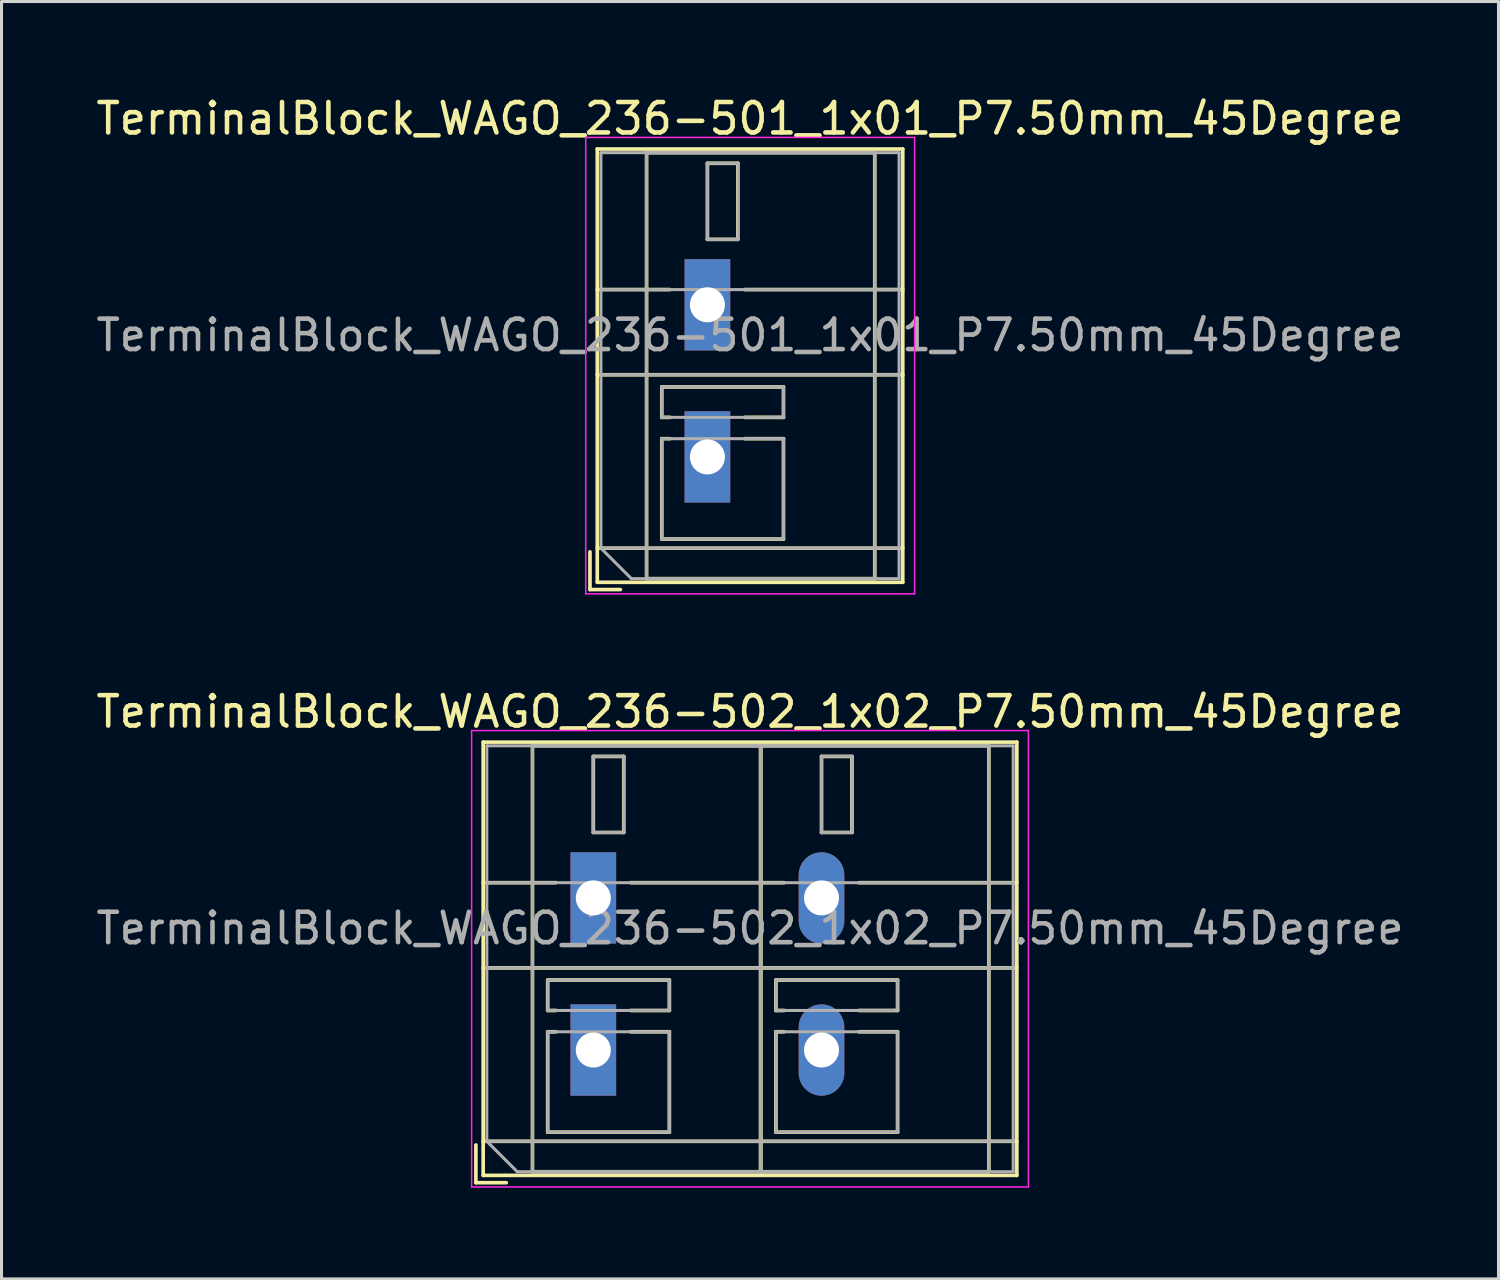
<source format=kicad_pcb>
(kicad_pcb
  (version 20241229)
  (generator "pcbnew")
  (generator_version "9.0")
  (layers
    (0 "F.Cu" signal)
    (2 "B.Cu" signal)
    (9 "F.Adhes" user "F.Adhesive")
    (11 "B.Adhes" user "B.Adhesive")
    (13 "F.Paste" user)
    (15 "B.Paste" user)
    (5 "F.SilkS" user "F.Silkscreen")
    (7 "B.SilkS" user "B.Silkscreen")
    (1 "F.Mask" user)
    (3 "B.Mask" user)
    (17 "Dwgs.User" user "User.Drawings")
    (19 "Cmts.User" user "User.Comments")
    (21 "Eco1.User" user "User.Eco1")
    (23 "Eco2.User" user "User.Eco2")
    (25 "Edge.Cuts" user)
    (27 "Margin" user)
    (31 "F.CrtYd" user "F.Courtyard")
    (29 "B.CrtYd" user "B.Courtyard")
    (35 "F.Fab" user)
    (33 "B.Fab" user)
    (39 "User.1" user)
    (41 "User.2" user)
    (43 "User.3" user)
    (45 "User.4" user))
  (footprint "TerminalBlock_WAGO_236-502_1x02_P7.50mm_45Degree"
    (layer "F.Cu")
    (at 16.451 26.462)
    (property "Reference" "TerminalBlock_WAGO_236-502_1x02_P7.50mm_45Degree" (at 5.15 -6.12 0) (layer "F.SilkS") (effects (font (size 1 1) (thickness 0.15))))
    (attr through_hole)
    (fp_line (start -3.86 8.12) (end -3.86 9.36) (stroke (width 0.12) (type solid)) (layer "F.SilkS"))
    (fp_line (start -3.86 9.36) (end -2.86 9.36) (stroke (width 0.12) (type solid)) (layer "F.SilkS"))
    (fp_line (start -3.62 -5.12) (end -3.62 9.12) (stroke (width 0.12) (type solid)) (layer "F.SilkS"))
    (fp_line (start -3.62 -5.12) (end 13.92 -5.12) (stroke (width 0.12) (type solid)) (layer "F.SilkS"))
    (fp_line (start -3.62 -0.5) (end -1.23 -0.5) (stroke (width 0.12) (type solid)) (layer "F.SilkS"))
    (fp_line (start -3.62 2.3) (end 13.92 2.3) (stroke (width 0.12) (type solid)) (layer "F.SilkS"))
    (fp_line (start -3.62 8) (end 13.92 8) (stroke (width 0.12) (type solid)) (layer "F.SilkS"))
    (fp_line (start -3.62 9.12) (end 13.92 9.12) (stroke (width 0.12) (type solid)) (layer "F.SilkS"))
    (fp_line (start -2 -5) (end -2 9) (stroke (width 0.12) (type solid)) (layer "F.SilkS"))
    (fp_line (start -2 -5) (end 5.5 -5) (stroke (width 0.12) (type solid)) (layer "F.SilkS"))
    (fp_line (start -2 9) (end 5.5 9) (stroke (width 0.12) (type solid)) (layer "F.SilkS"))
    (fp_line (start -1.5 2.7) (end -1.5 3.7) (stroke (width 0.12) (type solid)) (layer "F.SilkS"))
    (fp_line (start -1.5 2.7) (end 2.5 2.7) (stroke (width 0.12) (type solid)) (layer "F.SilkS"))
    (fp_line (start -1.5 3.7) (end -1.23 3.7) (stroke (width 0.12) (type solid)) (layer "F.SilkS"))
    (fp_line (start -1.5 4.4) (end -1.5 7.7) (stroke (width 0.12) (type solid)) (layer "F.SilkS"))
    (fp_line (start -1.5 4.4) (end -1.23 4.4) (stroke (width 0.12) (type solid)) (layer "F.SilkS"))
    (fp_line (start -1.5 7.7) (end 2.5 7.7) (stroke (width 0.12) (type solid)) (layer "F.SilkS"))
    (fp_line (start 0 -4.65) (end 0 -2.151) (stroke (width 0.12) (type solid)) (layer "F.SilkS"))
    (fp_line (start 0 -4.65) (end 1 -4.65) (stroke (width 0.12) (type solid)) (layer "F.SilkS"))
    (fp_line (start 0 -2.151) (end 1 -2.151) (stroke (width 0.12) (type solid)) (layer "F.SilkS"))
    (fp_line (start 1 -4.65) (end 1 -2.151) (stroke (width 0.12) (type solid)) (layer "F.SilkS"))
    (fp_line (start 1.23 -0.5) (end 6.27 -0.5) (stroke (width 0.12) (type solid)) (layer "F.SilkS"))
    (fp_line (start 1.23 3.7) (end 2.5 3.7) (stroke (width 0.12) (type solid)) (layer "F.SilkS"))
    (fp_line (start 1.23 4.4) (end 2.5 4.4) (stroke (width 0.12) (type solid)) (layer "F.SilkS"))
    (fp_line (start 2.5 2.7) (end 2.5 3.7) (stroke (width 0.12) (type solid)) (layer "F.SilkS"))
    (fp_line (start 2.5 4.4) (end 2.5 7.7) (stroke (width 0.12) (type solid)) (layer "F.SilkS"))
    (fp_line (start 5.5 -5) (end 5.5 9) (stroke (width 0.12) (type solid)) (layer "F.SilkS"))
    (fp_line (start 5.5 -5) (end 5.5 9) (stroke (width 0.12) (type solid)) (layer "F.SilkS"))
    (fp_line (start 5.5 -5) (end 13 -5) (stroke (width 0.12) (type solid)) (layer "F.SilkS"))
    (fp_line (start 5.5 9) (end 13 9) (stroke (width 0.12) (type solid)) (layer "F.SilkS"))
    (fp_line (start 6 2.7) (end 6 3.7) (stroke (width 0.12) (type solid)) (layer "F.SilkS"))
    (fp_line (start 6 2.7) (end 10 2.7) (stroke (width 0.12) (type solid)) (layer "F.SilkS"))
    (fp_line (start 6 3.7) (end 6.27 3.7) (stroke (width 0.12) (type solid)) (layer "F.SilkS"))
    (fp_line (start 6 4.4) (end 6 7.7) (stroke (width 0.12) (type solid)) (layer "F.SilkS"))
    (fp_line (start 6 4.4) (end 6.27 4.4) (stroke (width 0.12) (type solid)) (layer "F.SilkS"))
    (fp_line (start 6 7.7) (end 10 7.7) (stroke (width 0.12) (type solid)) (layer "F.SilkS"))
    (fp_line (start 7.5 -4.65) (end 7.5 -2.151) (stroke (width 0.12) (type solid)) (layer "F.SilkS"))
    (fp_line (start 7.5 -4.65) (end 8.5 -4.65) (stroke (width 0.12) (type solid)) (layer "F.SilkS"))
    (fp_line (start 7.5 -2.151) (end 8.5 -2.151) (stroke (width 0.12) (type solid)) (layer "F.SilkS"))
    (fp_line (start 8.5 -4.65) (end 8.5 -2.151) (stroke (width 0.12) (type solid)) (layer "F.SilkS"))
    (fp_line (start 8.73 -0.5) (end 13.92 -0.5) (stroke (width 0.12) (type solid)) (layer "F.SilkS"))
    (fp_line (start 8.73 3.7) (end 10 3.7) (stroke (width 0.12) (type solid)) (layer "F.SilkS"))
    (fp_line (start 8.73 4.4) (end 10 4.4) (stroke (width 0.12) (type solid)) (layer "F.SilkS"))
    (fp_line (start 10 2.7) (end 10 3.7) (stroke (width 0.12) (type solid)) (layer "F.SilkS"))
    (fp_line (start 10 4.4) (end 10 7.7) (stroke (width 0.12) (type solid)) (layer "F.SilkS"))
    (fp_line (start 13 -5) (end 13 9) (stroke (width 0.12) (type solid)) (layer "F.SilkS"))
    (fp_line (start 13.92 -5.12) (end 13.92 9.12) (stroke (width 0.12) (type solid)) (layer "F.SilkS"))
    (fp_line (start -4 -5.5) (end -4 9.5) (stroke (width 0.05) (type solid)) (layer "F.CrtYd"))
    (fp_line (start -4 9.5) (end 14.3 9.5) (stroke (width 0.05) (type solid)) (layer "F.CrtYd"))
    (fp_line (start 14.3 -5.5) (end -4 -5.5) (stroke (width 0.05) (type solid)) (layer "F.CrtYd"))
    (fp_line (start 14.3 9.5) (end 14.3 -5.5) (stroke (width 0.05) (type solid)) (layer "F.CrtYd"))
    (fp_line (start -3.5 -5) (end 13.8 -5) (stroke (width 0.1) (type solid)) (layer "F.Fab"))
    (fp_line (start -3.5 -0.5) (end 13.8 -0.5) (stroke (width 0.1) (type solid)) (layer "F.Fab"))
    (fp_line (start -3.5 2.3) (end 13.8 2.3) (stroke (width 0.1) (type solid)) (layer "F.Fab"))
    (fp_line (start -3.5 8) (end -3.5 -5) (stroke (width 0.1) (type solid)) (layer "F.Fab"))
    (fp_line (start -3.5 8) (end 13.8 8) (stroke (width 0.1) (type solid)) (layer "F.Fab"))
    (fp_line (start -2.5 9) (end -3.5 8) (stroke (width 0.1) (type solid)) (layer "F.Fab"))
    (fp_line (start -2 -5) (end -2 9) (stroke (width 0.1) (type solid)) (layer "F.Fab"))
    (fp_line (start -2 9) (end 5.5 9) (stroke (width 0.1) (type solid)) (layer "F.Fab"))
    (fp_line (start -1.5 2.7) (end -1.5 3.7) (stroke (width 0.1) (type solid)) (layer "F.Fab"))
    (fp_line (start -1.5 3.7) (end 2.5 3.7) (stroke (width 0.1) (type solid)) (layer "F.Fab"))
    (fp_line (start -1.5 4.4) (end -1.5 7.7) (stroke (width 0.1) (type solid)) (layer "F.Fab"))
    (fp_line (start -1.5 7.7) (end 2.5 7.7) (stroke (width 0.1) (type solid)) (layer "F.Fab"))
    (fp_line (start 0 -4.65) (end 0 -2.15) (stroke (width 0.1) (type solid)) (layer "F.Fab"))
    (fp_line (start 0 -2.15) (end 1 -2.15) (stroke (width 0.1) (type solid)) (layer "F.Fab"))
    (fp_line (start 1 -4.65) (end 0 -4.65) (stroke (width 0.1) (type solid)) (layer "F.Fab"))
    (fp_line (start 1 -2.15) (end 1 -4.65) (stroke (width 0.1) (type solid)) (layer "F.Fab"))
    (fp_line (start 2.5 2.7) (end -1.5 2.7) (stroke (width 0.1) (type solid)) (layer "F.Fab"))
    (fp_line (start 2.5 3.7) (end 2.5 2.7) (stroke (width 0.1) (type solid)) (layer "F.Fab"))
    (fp_line (start 2.5 4.4) (end -1.5 4.4) (stroke (width 0.1) (type solid)) (layer "F.Fab"))
    (fp_line (start 2.5 7.7) (end 2.5 4.4) (stroke (width 0.1) (type solid)) (layer "F.Fab"))
    (fp_line (start 5.5 -5) (end -2 -5) (stroke (width 0.1) (type solid)) (layer "F.Fab"))
    (fp_line (start 5.5 -5) (end 5.5 9) (stroke (width 0.1) (type solid)) (layer "F.Fab"))
    (fp_line (start 5.5 9) (end 5.5 -5) (stroke (width 0.1) (type solid)) (layer "F.Fab"))
    (fp_line (start 5.5 9) (end 13 9) (stroke (width 0.1) (type solid)) (layer "F.Fab"))
    (fp_line (start 6 2.7) (end 6 3.7) (stroke (width 0.1) (type solid)) (layer "F.Fab"))
    (fp_line (start 6 3.7) (end 10 3.7) (stroke (width 0.1) (type solid)) (layer "F.Fab"))
    (fp_line (start 6 4.4) (end 6 7.7) (stroke (width 0.1) (type solid)) (layer "F.Fab"))
    (fp_line (start 6 7.7) (end 10 7.7) (stroke (width 0.1) (type solid)) (layer "F.Fab"))
    (fp_line (start 7.5 -4.65) (end 7.5 -2.15) (stroke (width 0.1) (type solid)) (layer "F.Fab"))
    (fp_line (start 7.5 -2.15) (end 8.5 -2.15) (stroke (width 0.1) (type solid)) (layer "F.Fab"))
    (fp_line (start 8.5 -4.65) (end 7.5 -4.65) (stroke (width 0.1) (type solid)) (layer "F.Fab"))
    (fp_line (start 8.5 -2.15) (end 8.5 -4.65) (stroke (width 0.1) (type solid)) (layer "F.Fab"))
    (fp_line (start 10 2.7) (end 6 2.7) (stroke (width 0.1) (type solid)) (layer "F.Fab"))
    (fp_line (start 10 3.7) (end 10 2.7) (stroke (width 0.1) (type solid)) (layer "F.Fab"))
    (fp_line (start 10 4.4) (end 6 4.4) (stroke (width 0.1) (type solid)) (layer "F.Fab"))
    (fp_line (start 10 7.7) (end 10 4.4) (stroke (width 0.1) (type solid)) (layer "F.Fab"))
    (fp_line (start 13 -5) (end 5.5 -5) (stroke (width 0.1) (type solid)) (layer "F.Fab"))
    (fp_line (start 13 9) (end 13 -5) (stroke (width 0.1) (type solid)) (layer "F.Fab"))
    (fp_line (start 13.8 -5) (end 13.8 9) (stroke (width 0.1) (type solid)) (layer "F.Fab"))
    (fp_line (start 13.8 9) (end -2.5 9) (stroke (width 0.1) (type solid)) (layer "F.Fab"))
    (fp_text user "${REFERENCE}" (at 5.15 1 0) (layer "F.Fab") (effects (font (size 1 1) (thickness 0.15))))
    (pad "1" thru_hole rect (at 0 0) (size 1.5 3) (drill 1.15) (layers "*.Cu" "*.Mask"))
    (pad "1" thru_hole rect (at 0 5) (size 1.5 3) (drill 1.15) (layers "*.Cu" "*.Mask"))
    (pad "2" thru_hole oval (at 7.5 0) (size 1.5 3) (drill 1.15) (layers "*.Cu" "*.Mask"))
    (pad "2" thru_hole oval (at 7.5 5) (size 1.5 3) (drill 1.15) (layers "*.Cu" "*.Mask")))
  (footprint "TerminalBlock_WAGO_236-501_1x01_P7.50mm_45Degree"
    (layer "F.Cu")
    (at 20.201 6.968)
    (property "Reference" "TerminalBlock_WAGO_236-501_1x01_P7.50mm_45Degree" (at 1.4 -6.12 0) (layer "F.SilkS") (effects (font (size 1 1) (thickness 0.15))))
    (attr through_hole)
    (fp_line (start -3.86 8.12) (end -3.86 9.36) (stroke (width 0.12) (type solid)) (layer "F.SilkS"))
    (fp_line (start -3.86 9.36) (end -2.86 9.36) (stroke (width 0.12) (type solid)) (layer "F.SilkS"))
    (fp_line (start -3.62 -5.12) (end -3.62 9.12) (stroke (width 0.12) (type solid)) (layer "F.SilkS"))
    (fp_line (start -3.62 -5.12) (end 6.421 -5.12) (stroke (width 0.12) (type solid)) (layer "F.SilkS"))
    (fp_line (start -3.62 -0.5) (end -1.23 -0.5) (stroke (width 0.12) (type solid)) (layer "F.SilkS"))
    (fp_line (start -3.62 2.3) (end 6.421 2.3) (stroke (width 0.12) (type solid)) (layer "F.SilkS"))
    (fp_line (start -3.62 8) (end 6.421 8) (stroke (width 0.12) (type solid)) (layer "F.SilkS"))
    (fp_line (start -3.62 9.12) (end 6.421 9.12) (stroke (width 0.12) (type solid)) (layer "F.SilkS"))
    (fp_line (start -2 -5) (end -2 9) (stroke (width 0.12) (type solid)) (layer "F.SilkS"))
    (fp_line (start -2 -5) (end 5.5 -5) (stroke (width 0.12) (type solid)) (layer "F.SilkS"))
    (fp_line (start -2 9) (end 5.5 9) (stroke (width 0.12) (type solid)) (layer "F.SilkS"))
    (fp_line (start -1.5 2.7) (end -1.5 3.7) (stroke (width 0.12) (type solid)) (layer "F.SilkS"))
    (fp_line (start -1.5 2.7) (end 2.5 2.7) (stroke (width 0.12) (type solid)) (layer "F.SilkS"))
    (fp_line (start -1.5 3.7) (end -1.23 3.7) (stroke (width 0.12) (type solid)) (layer "F.SilkS"))
    (fp_line (start -1.5 4.4) (end -1.5 7.7) (stroke (width 0.12) (type solid)) (layer "F.SilkS"))
    (fp_line (start -1.5 4.4) (end -1.23 4.4) (stroke (width 0.12) (type solid)) (layer "F.SilkS"))
    (fp_line (start -1.5 7.7) (end 2.5 7.7) (stroke (width 0.12) (type solid)) (layer "F.SilkS"))
    (fp_line (start 0 -4.65) (end 0 -2.151) (stroke (width 0.12) (type solid)) (layer "F.SilkS"))
    (fp_line (start 0 -4.65) (end 1 -4.65) (stroke (width 0.12) (type solid)) (layer "F.SilkS"))
    (fp_line (start 0 -2.151) (end 1 -2.151) (stroke (width 0.12) (type solid)) (layer "F.SilkS"))
    (fp_line (start 1 -4.65) (end 1 -2.151) (stroke (width 0.12) (type solid)) (layer "F.SilkS"))
    (fp_line (start 1.23 -0.5) (end 6.421 -0.5) (stroke (width 0.12) (type solid)) (layer "F.SilkS"))
    (fp_line (start 1.23 3.7) (end 2.5 3.7) (stroke (width 0.12) (type solid)) (layer "F.SilkS"))
    (fp_line (start 1.23 4.4) (end 2.5 4.4) (stroke (width 0.12) (type solid)) (layer "F.SilkS"))
    (fp_line (start 2.5 2.7) (end 2.5 3.7) (stroke (width 0.12) (type solid)) (layer "F.SilkS"))
    (fp_line (start 2.5 4.4) (end 2.5 7.7) (stroke (width 0.12) (type solid)) (layer "F.SilkS"))
    (fp_line (start 5.5 -5) (end 5.5 9) (stroke (width 0.12) (type solid)) (layer "F.SilkS"))
    (fp_line (start 6.421 -5.12) (end 6.421 9.12) (stroke (width 0.12) (type solid)) (layer "F.SilkS"))
    (fp_line (start -4 -5.5) (end -4 9.5) (stroke (width 0.05) (type solid)) (layer "F.CrtYd"))
    (fp_line (start -4 9.5) (end 6.81 9.5) (stroke (width 0.05) (type solid)) (layer "F.CrtYd"))
    (fp_line (start 6.81 -5.5) (end -4 -5.5) (stroke (width 0.05) (type solid)) (layer "F.CrtYd"))
    (fp_line (start 6.81 9.5) (end 6.81 -5.5) (stroke (width 0.05) (type solid)) (layer "F.CrtYd"))
    (fp_line (start -3.5 -5) (end 6.3 -5) (stroke (width 0.1) (type solid)) (layer "F.Fab"))
    (fp_line (start -3.5 -0.5) (end 6.3 -0.5) (stroke (width 0.1) (type solid)) (layer "F.Fab"))
    (fp_line (start -3.5 2.3) (end 6.3 2.3) (stroke (width 0.1) (type solid)) (layer "F.Fab"))
    (fp_line (start -3.5 8) (end -3.5 -5) (stroke (width 0.1) (type solid)) (layer "F.Fab"))
    (fp_line (start -3.5 8) (end 6.3 8) (stroke (width 0.1) (type solid)) (layer "F.Fab"))
    (fp_line (start -2.5 9) (end -3.5 8) (stroke (width 0.1) (type solid)) (layer "F.Fab"))
    (fp_line (start -2 -5) (end -2 9) (stroke (width 0.1) (type solid)) (layer "F.Fab"))
    (fp_line (start -2 9) (end 5.5 9) (stroke (width 0.1) (type solid)) (layer "F.Fab"))
    (fp_line (start -1.5 2.7) (end -1.5 3.7) (stroke (width 0.1) (type solid)) (layer "F.Fab"))
    (fp_line (start -1.5 3.7) (end 2.5 3.7) (stroke (width 0.1) (type solid)) (layer "F.Fab"))
    (fp_line (start -1.5 4.4) (end -1.5 7.7) (stroke (width 0.1) (type solid)) (layer "F.Fab"))
    (fp_line (start -1.5 7.7) (end 2.5 7.7) (stroke (width 0.1) (type solid)) (layer "F.Fab"))
    (fp_line (start 0 -4.65) (end 0 -2.15) (stroke (width 0.1) (type solid)) (layer "F.Fab"))
    (fp_line (start 0 -2.15) (end 1 -2.15) (stroke (width 0.1) (type solid)) (layer "F.Fab"))
    (fp_line (start 1 -4.65) (end 0 -4.65) (stroke (width 0.1) (type solid)) (layer "F.Fab"))
    (fp_line (start 1 -2.15) (end 1 -4.65) (stroke (width 0.1) (type solid)) (layer "F.Fab"))
    (fp_line (start 2.5 2.7) (end -1.5 2.7) (stroke (width 0.1) (type solid)) (layer "F.Fab"))
    (fp_line (start 2.5 3.7) (end 2.5 2.7) (stroke (width 0.1) (type solid)) (layer "F.Fab"))
    (fp_line (start 2.5 4.4) (end -1.5 4.4) (stroke (width 0.1) (type solid)) (layer "F.Fab"))
    (fp_line (start 2.5 7.7) (end 2.5 4.4) (stroke (width 0.1) (type solid)) (layer "F.Fab"))
    (fp_line (start 5.5 -5) (end -2 -5) (stroke (width 0.1) (type solid)) (layer "F.Fab"))
    (fp_line (start 5.5 9) (end 5.5 -5) (stroke (width 0.1) (type solid)) (layer "F.Fab"))
    (fp_line (start 6.3 -5) (end 6.3 9) (stroke (width 0.1) (type solid)) (layer "F.Fab"))
    (fp_line (start 6.3 9) (end -2.5 9) (stroke (width 0.1) (type solid)) (layer "F.Fab"))
    (fp_text user "${REFERENCE}" (at 1.4 1 0) (layer "F.Fab") (effects (font (size 1 1) (thickness 0.15))))
    (pad "1" thru_hole rect (at 0 0) (size 1.5 3) (drill 1.15) (layers "*.Cu" "*.Mask"))
    (pad "1" thru_hole rect (at 0 5) (size 1.5 3) (drill 1.15) (layers "*.Cu" "*.Mask")))
  (gr_rect
    (start -3 -3)
    (end 46.202 38.986)
    (stroke (width 0.1) (type default))
    (fill no)
    (layer "Edge.Cuts")))
</source>
